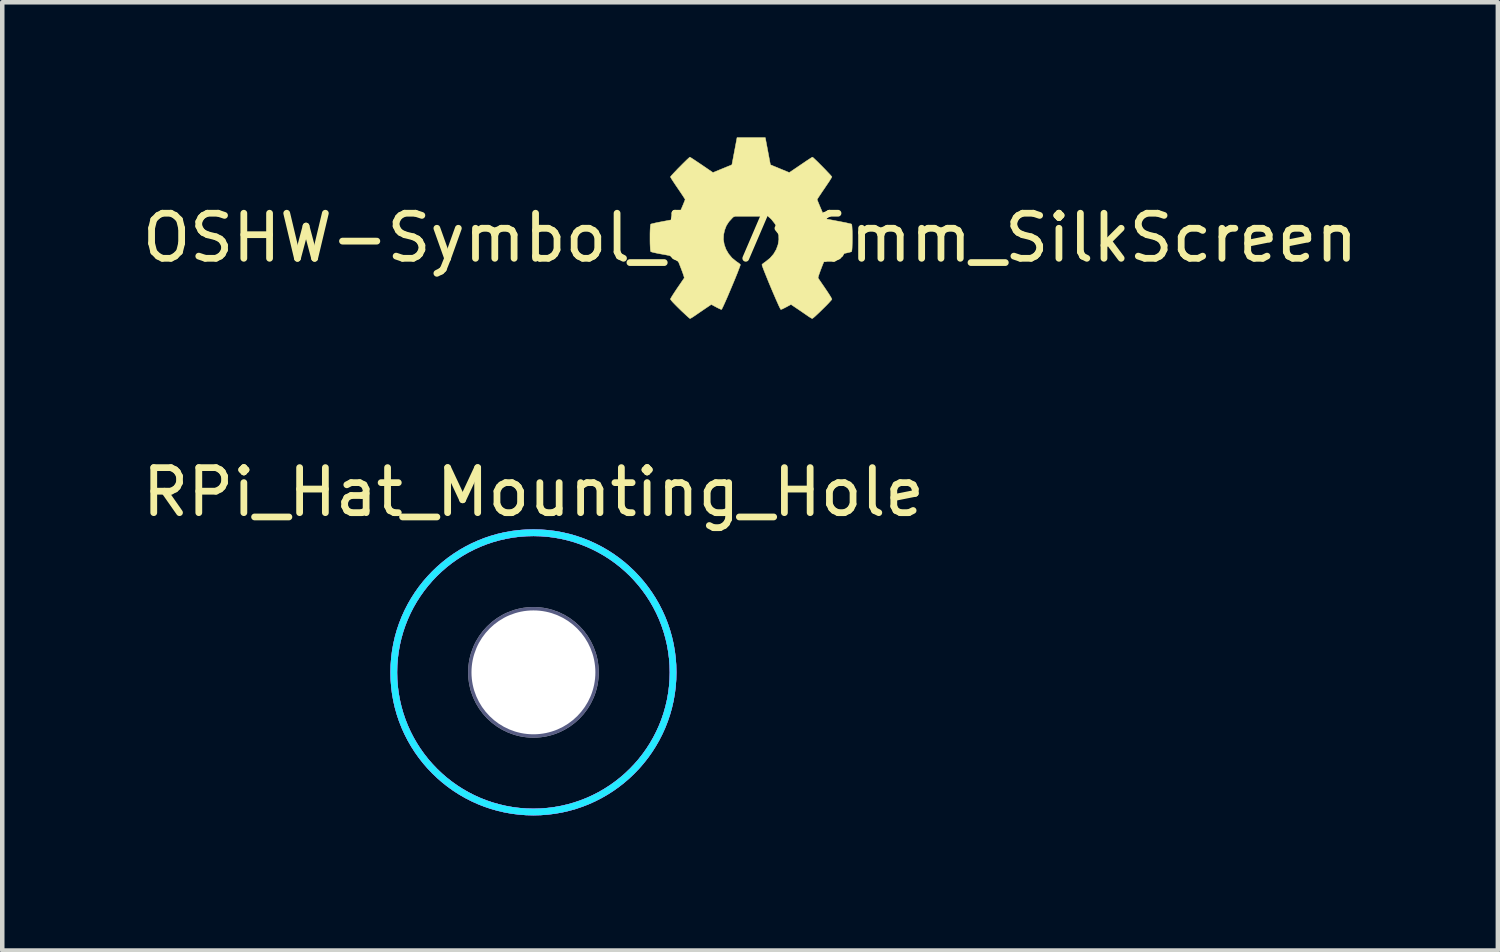
<source format=kicad_pcb>
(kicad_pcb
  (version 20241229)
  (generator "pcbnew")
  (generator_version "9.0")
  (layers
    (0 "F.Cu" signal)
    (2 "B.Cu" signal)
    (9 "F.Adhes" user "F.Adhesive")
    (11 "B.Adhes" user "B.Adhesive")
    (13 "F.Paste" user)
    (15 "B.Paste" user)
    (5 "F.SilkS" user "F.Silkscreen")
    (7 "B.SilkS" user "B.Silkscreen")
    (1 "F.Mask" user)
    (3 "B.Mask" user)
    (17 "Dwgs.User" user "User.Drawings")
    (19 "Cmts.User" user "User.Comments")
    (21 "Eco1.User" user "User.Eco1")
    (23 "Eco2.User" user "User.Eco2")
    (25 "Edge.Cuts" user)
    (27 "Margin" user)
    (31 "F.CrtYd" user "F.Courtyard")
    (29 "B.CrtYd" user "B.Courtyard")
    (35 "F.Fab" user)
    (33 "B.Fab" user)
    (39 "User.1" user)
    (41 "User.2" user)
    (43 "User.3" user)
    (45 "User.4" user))
  (footprint "RPi_Hat_Mounting_Hole"
    (layer "F.Cu")
    (at 8.792 11.876)
    (property "Reference" "RPi_Hat_Mounting_Hole" (at 0 -4 0) (layer "F.SilkS") (effects (font (size 1 1) (thickness 0.15))))
    (attr through_hole)
    (fp_circle (center 0 0) (end 3.1 0) (stroke (width 0.15) (type solid)) (fill no) (layer "B.CrtYd"))
    (fp_circle (center 0 0) (end 3.1 0) (stroke (width 0.15) (type solid)) (fill no) (layer "F.CrtYd"))
    (fp_circle (center 0 0) (end 1.375 0) (stroke (width 0.15) (type solid)) (fill no) (layer "B.Fab"))
    (fp_circle (center 0 0) (end 3.1 0) (stroke (width 0.15) (type solid)) (fill no) (layer "B.Fab"))
    (fp_circle (center 0 0) (end 1.375 0) (stroke (width 0.15) (type solid)) (fill no) (layer "F.Fab"))
    (fp_circle (center 0 0) (end 3.1 0) (stroke (width 0.15) (type solid)) (fill no) (layer "F.Fab"))
    (pad "" np_thru_hole circle (at 0 0) (size 2.75 2.75) (drill 2.75) (layers "*.Cu" "*.Mask")))
  (footprint "OSHW-Symbol_5.7x6mm_SilkScreen"
    (layer "F.Cu")
    (at 13.601 2.229)
    (property "Reference" "OSHW-Symbol_5.7x6mm_SilkScreen" (at 0 0 0) (layer "F.SilkS") (effects (font (size 1 1) (thickness 0.15))))
    (attr exclude_from_pos_files exclude_from_bom)
    (fp_poly (pts (xy 0.395 -1.923) (xy 0.452 -1.621) (xy 0.871 -1.448) (xy 1.123 -1.619) (xy 1.194 -1.667) (xy 1.257 -1.71) (xy 1.311 -1.745) (xy 1.352 -1.772) (xy 1.378 -1.787) (xy 1.385 -1.79) (xy 1.398 -1.782) (xy 1.424 -1.758) (xy 1.462 -1.722) (xy 1.509 -1.677) (xy 1.56 -1.625) (xy 1.614 -1.571) (xy 1.667 -1.517) (xy 1.716 -1.465) (xy 1.759 -1.42) (xy 1.792 -1.384) (xy 1.811 -1.361) (xy 1.816 -1.353) (xy 1.809 -1.338) (xy 1.79 -1.306) (xy 1.761 -1.259) (xy 1.723 -1.202) (xy 1.678 -1.136) (xy 1.653 -1.098) (xy 1.606 -1.03) (xy 1.565 -0.968) (xy 1.53 -0.916) (xy 1.505 -0.877) (xy 1.491 -0.854) (xy 1.489 -0.849) (xy 1.494 -0.835) (xy 1.507 -0.803) (xy 1.526 -0.756) (xy 1.549 -0.701) (xy 1.575 -0.64) (xy 1.601 -0.579) (xy 1.625 -0.523) (xy 1.646 -0.475) (xy 1.661 -0.441) (xy 1.67 -0.424) (xy 1.67 -0.424) (xy 1.683 -0.42) (xy 1.717 -0.413) (xy 1.768 -0.403) (xy 1.834 -0.391) (xy 1.911 -0.376) (xy 1.955 -0.368) (xy 2.037 -0.352) (xy 2.111 -0.338) (xy 2.173 -0.324) (xy 2.22 -0.313) (xy 2.248 -0.306) (xy 2.253 -0.303) (xy 2.259 -0.287) (xy 2.263 -0.25) (xy 2.266 -0.196) (xy 2.269 -0.13) (xy 2.27 -0.057) (xy 2.27 0.02) (xy 2.269 0.096) (xy 2.267 0.166) (xy 2.265 0.227) (xy 2.261 0.273) (xy 2.256 0.301) (xy 2.253 0.307) (xy 2.235 0.314) (xy 2.197 0.324) (xy 2.145 0.336) (xy 2.083 0.349) (xy 2.061 0.353) (xy 1.956 0.372) (xy 1.873 0.387) (xy 1.81 0.4) (xy 1.763 0.409) (xy 1.73 0.417) (xy 1.707 0.424) (xy 1.694 0.43) (xy 1.686 0.436) (xy 1.684 0.437) (xy 1.673 0.456) (xy 1.656 0.493) (xy 1.634 0.543) (xy 1.61 0.602) (xy 1.585 0.666) (xy 1.561 0.729) (xy 1.54 0.788) (xy 1.523 0.837) (xy 1.513 0.873) (xy 1.51 0.891) (xy 1.51 0.892) (xy 1.519 0.906) (xy 1.541 0.938) (xy 1.572 0.984) (xy 1.611 1.041) (xy 1.655 1.105) (xy 1.667 1.123) (xy 1.712 1.189) (xy 1.751 1.249) (xy 1.783 1.3) (xy 1.805 1.339) (xy 1.816 1.361) (xy 1.816 1.364) (xy 1.808 1.378) (xy 1.783 1.406) (xy 1.747 1.446) (xy 1.702 1.493) (xy 1.65 1.545) (xy 1.595 1.599) (xy 1.541 1.652) (xy 1.49 1.7) (xy 1.445 1.742) (xy 1.409 1.773) (xy 1.386 1.79) (xy 1.38 1.793) (xy 1.365 1.786) (xy 1.334 1.768) (xy 1.293 1.742) (xy 1.262 1.72) (xy 1.205 1.681) (xy 1.137 1.634) (xy 1.069 1.588) (xy 1.032 1.563) (xy 0.909 1.48) (xy 0.805 1.536) (xy 0.758 1.56) (xy 0.718 1.58) (xy 0.69 1.59) (xy 0.684 1.592) (xy 0.675 1.581) (xy 0.659 1.549) (xy 0.635 1.5) (xy 0.607 1.436) (xy 0.573 1.361) (xy 0.537 1.277) (xy 0.498 1.187) (xy 0.459 1.094) (xy 0.42 1.001) (xy 0.383 0.91) (xy 0.349 0.826) (xy 0.319 0.751) (xy 0.294 0.687) (xy 0.276 0.637) (xy 0.266 0.606) (xy 0.264 0.595) (xy 0.277 0.581) (xy 0.306 0.558) (xy 0.343 0.532) (xy 0.347 0.529) (xy 0.444 0.451) (xy 0.523 0.36) (xy 0.582 0.259) (xy 0.621 0.151) (xy 0.639 0.038) (xy 0.635 -0.076) (xy 0.609 -0.189) (xy 0.56 -0.297) (xy 0.546 -0.32) (xy 0.47 -0.416) (xy 0.382 -0.493) (xy 0.283 -0.55) (xy 0.176 -0.588) (xy 0.065 -0.606) (xy -0.047 -0.603) (xy -0.158 -0.58) (xy -0.264 -0.535) (xy -0.362 -0.469) (xy -0.392 -0.442) (xy -0.469 -0.358) (xy -0.526 -0.27) (xy -0.564 -0.171) (xy -0.586 -0.072) (xy -0.591 0.038) (xy -0.573 0.149) (xy -0.534 0.257) (xy -0.476 0.357) (xy -0.4 0.448) (xy -0.309 0.523) (xy -0.297 0.531) (xy -0.259 0.557) (xy -0.229 0.58) (xy -0.216 0.594) (xy -0.215 0.595) (xy -0.218 0.61) (xy -0.23 0.646) (xy -0.25 0.698) (xy -0.275 0.765) (xy -0.306 0.842) (xy -0.341 0.928) (xy -0.379 1.019) (xy -0.418 1.112) (xy -0.457 1.204) (xy -0.495 1.294) (xy -0.531 1.376) (xy -0.564 1.45) (xy -0.592 1.511) (xy -0.614 1.557) (xy -0.629 1.585) (xy -0.635 1.592) (xy -0.653 1.586) (xy -0.687 1.571) (xy -0.732 1.549) (xy -0.756 1.536) (xy -0.86 1.48) (xy -0.984 1.563) (xy -1.047 1.606) (xy -1.116 1.653) (xy -1.181 1.698) (xy -1.213 1.72) (xy -1.259 1.751) (xy -1.297 1.775) (xy -1.324 1.79) (xy -1.332 1.793) (xy -1.345 1.785) (xy -1.373 1.761) (xy -1.413 1.725) (xy -1.463 1.678) (xy -1.521 1.624) (xy -1.557 1.589) (xy -1.621 1.526) (xy -1.676 1.47) (xy -1.72 1.424) (xy -1.751 1.388) (xy -1.766 1.366) (xy -1.768 1.362) (xy -1.761 1.345) (xy -1.741 1.311) (xy -1.712 1.264) (xy -1.674 1.206) (xy -1.631 1.141) (xy -1.619 1.123) (xy -1.574 1.058) (xy -1.533 0.998) (xy -1.5 0.949) (xy -1.475 0.913) (xy -1.462 0.894) (xy -1.461 0.892) (xy -1.463 0.876) (xy -1.473 0.842) (xy -1.489 0.794) (xy -1.51 0.736) (xy -1.534 0.673) (xy -1.559 0.609) (xy -1.583 0.549) (xy -1.605 0.498) (xy -1.623 0.459) (xy -1.635 0.438) (xy -1.636 0.437) (xy -1.643 0.431) (xy -1.656 0.425) (xy -1.676 0.419) (xy -1.707 0.411) (xy -1.751 0.402) (xy -1.811 0.39) (xy -1.89 0.375) (xy -1.99 0.357) (xy -2.012 0.353) (xy -2.077 0.34) (xy -2.133 0.328) (xy -2.176 0.317) (xy -2.201 0.309) (xy -2.204 0.307) (xy -2.209 0.29) (xy -2.214 0.253) (xy -2.217 0.199) (xy -2.22 0.133) (xy -2.221 0.06) (xy -2.221 -0.017) (xy -2.221 -0.093) (xy -2.219 -0.163) (xy -2.216 -0.223) (xy -2.212 -0.27) (xy -2.207 -0.298) (xy -2.204 -0.303) (xy -2.188 -0.309) (xy -2.15 -0.318) (xy -2.096 -0.331) (xy -2.027 -0.345) (xy -1.949 -0.36) (xy -1.907 -0.368) (xy -1.826 -0.383) (xy -1.754 -0.397) (xy -1.694 -0.408) (xy -1.65 -0.417) (xy -1.625 -0.422) (xy -1.621 -0.424) (xy -1.614 -0.437) (xy -1.6 -0.469) (xy -1.58 -0.515) (xy -1.556 -0.57) (xy -1.53 -0.631) (xy -1.504 -0.692) (xy -1.48 -0.749) (xy -1.461 -0.797) (xy -1.447 -0.832) (xy -1.441 -0.849) (xy -1.441 -0.849) (xy -1.447 -0.863) (xy -1.467 -0.894) (xy -1.496 -0.939) (xy -1.534 -0.996) (xy -1.578 -1.061) (xy -1.604 -1.099) (xy -1.651 -1.168) (xy -1.692 -1.23) (xy -1.727 -1.283) (xy -1.752 -1.323) (xy -1.765 -1.347) (xy -1.767 -1.353) (xy -1.759 -1.365) (xy -1.735 -1.393) (xy -1.7 -1.431) (xy -1.655 -1.478) (xy -1.605 -1.531) (xy -1.551 -1.585) (xy -1.498 -1.639) (xy -1.447 -1.689) (xy -1.403 -1.732) (xy -1.367 -1.765) (xy -1.344 -1.786) (xy -1.336 -1.79) (xy -1.323 -1.784) (xy -1.293 -1.765) (xy -1.247 -1.735) (xy -1.19 -1.697) (xy -1.124 -1.653) (xy -1.074 -1.619) (xy -0.823 -1.448) (xy -0.613 -1.535) (xy -0.403 -1.621) (xy -0.346 -1.923) (xy -0.289 -2.224) (xy 0.338 -2.224) (xy 0.395 -1.923)) (stroke (width 0.01) (type solid)) (fill yes) (layer "F.SilkS")))
  (gr_rect
    (start -3 -3)
    (end 30.202 18.051)
    (stroke (width 0.1) (type default))
    (fill no)
    (layer "Edge.Cuts")))
</source>
